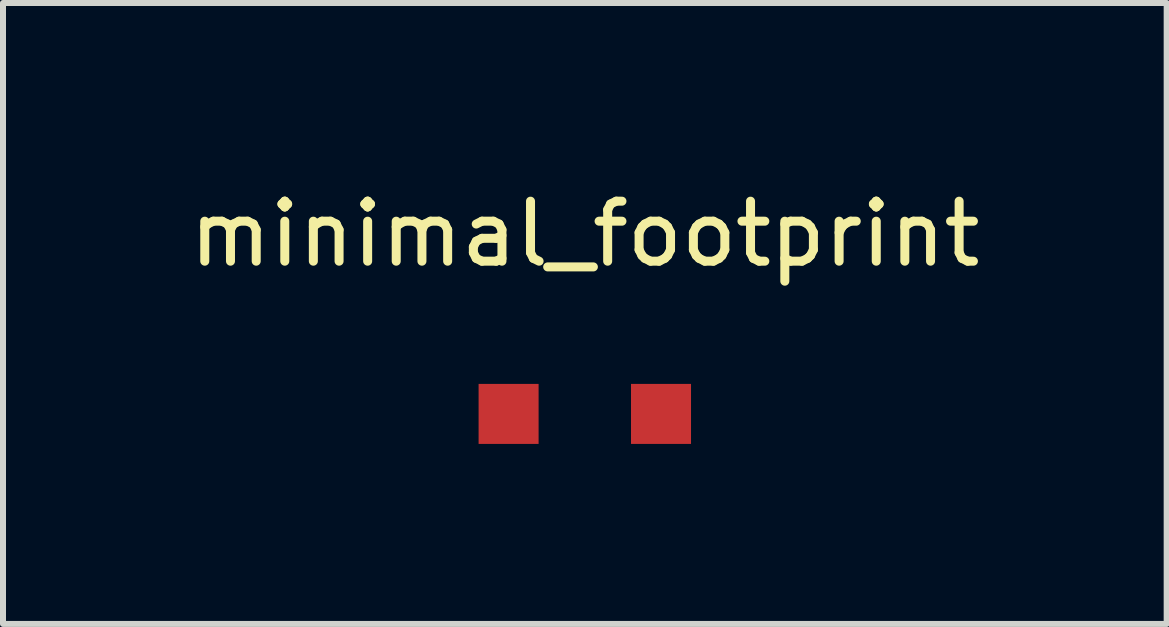
<source format=kicad_pcb>
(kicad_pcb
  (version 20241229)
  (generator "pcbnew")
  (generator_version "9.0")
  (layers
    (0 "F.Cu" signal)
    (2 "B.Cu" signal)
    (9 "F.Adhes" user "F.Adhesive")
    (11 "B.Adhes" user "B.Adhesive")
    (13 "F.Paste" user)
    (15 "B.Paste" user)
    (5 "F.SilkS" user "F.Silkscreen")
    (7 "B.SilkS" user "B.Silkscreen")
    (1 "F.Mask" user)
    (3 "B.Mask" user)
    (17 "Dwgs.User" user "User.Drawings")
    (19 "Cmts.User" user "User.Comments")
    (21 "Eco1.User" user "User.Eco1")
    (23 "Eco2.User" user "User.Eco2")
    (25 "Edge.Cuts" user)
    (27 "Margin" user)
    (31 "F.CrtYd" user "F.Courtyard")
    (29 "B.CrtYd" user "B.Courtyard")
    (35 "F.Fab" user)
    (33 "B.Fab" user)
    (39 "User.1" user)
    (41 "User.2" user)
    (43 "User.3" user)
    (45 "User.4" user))
  (footprint "minimal_footprint"
    (layer "F.Cu")
    (at 6.696 3.848)
    (property "Reference" "minimal_footprint" (at 0 -3 0) (layer "F.SilkS") (effects (font (size 1 1) (thickness 0.15))))
    (attr through_hole)
    (pad "1" smd rect (at -1.27 0) (size 1 1) (layers "F.Cu" "F.Mask" "F.Paste"))
    (pad "2" smd rect (at 1.27 0) (size 1 1) (layers "F.Cu" "F.Mask" "F.Paste")))
  (gr_rect
    (start -3 -3)
    (end 16.393 7.348)
    (stroke (width 0.1) (type default))
    (fill no)
    (layer "Edge.Cuts")))
</source>
